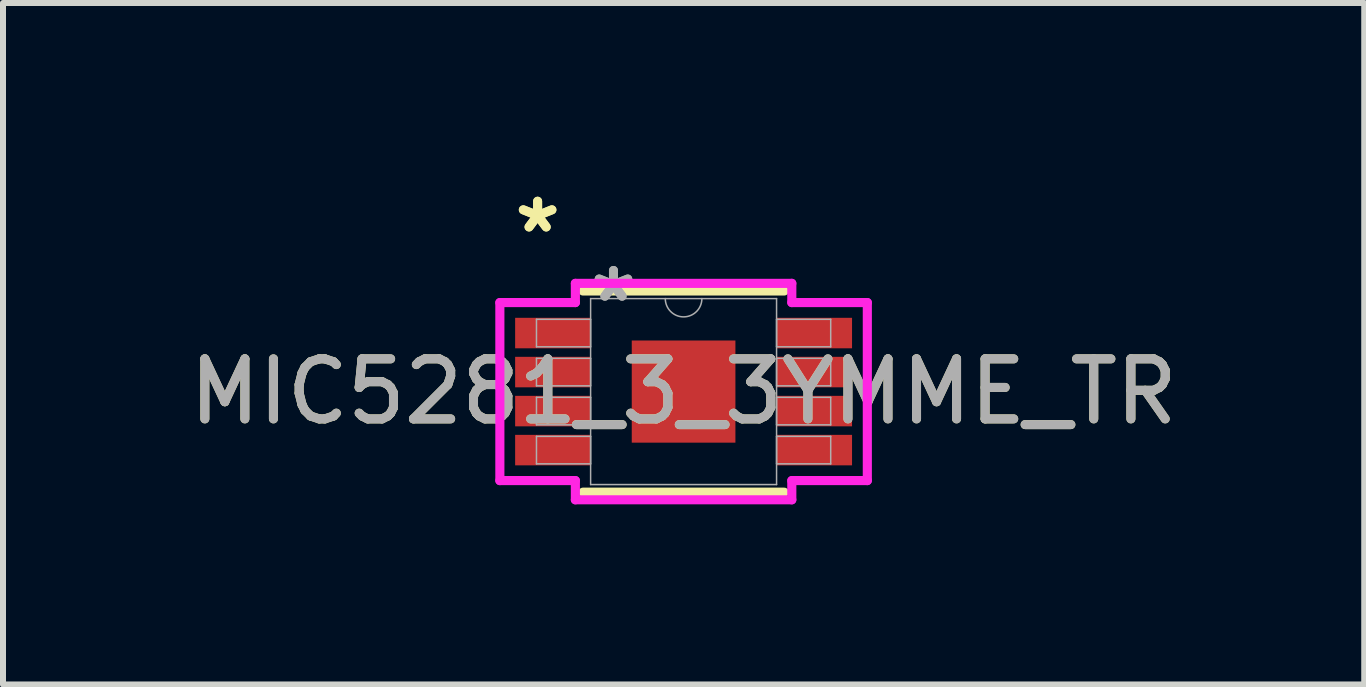
<source format=kicad_pcb>
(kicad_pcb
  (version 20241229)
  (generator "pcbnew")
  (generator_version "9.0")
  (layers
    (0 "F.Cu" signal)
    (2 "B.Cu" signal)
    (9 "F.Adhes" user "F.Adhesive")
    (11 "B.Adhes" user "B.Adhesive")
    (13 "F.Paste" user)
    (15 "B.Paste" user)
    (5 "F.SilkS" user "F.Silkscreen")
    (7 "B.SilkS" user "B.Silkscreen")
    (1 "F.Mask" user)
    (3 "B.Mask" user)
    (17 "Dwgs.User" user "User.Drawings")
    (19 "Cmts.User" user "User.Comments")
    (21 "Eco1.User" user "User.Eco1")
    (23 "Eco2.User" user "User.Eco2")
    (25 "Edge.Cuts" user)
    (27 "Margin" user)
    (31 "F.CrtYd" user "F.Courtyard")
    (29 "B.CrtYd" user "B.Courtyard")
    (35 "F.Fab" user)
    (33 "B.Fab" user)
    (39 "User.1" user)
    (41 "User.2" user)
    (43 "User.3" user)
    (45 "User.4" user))
  (footprint "MIC5281_3_3YMME_TR"
    (layer "F.Cu")
    (at 8.339 3.474)
    (property "Reference" "MIC5281_3_3YMME_TR" (at 0 0 0) (unlocked yes) (layer "F.SilkS") (effects (font (size 1 1) (thickness 0.15))))
    (attr smd)
    (fp_line (start -1.676 1.676) (end 1.676 1.676) (stroke (width 0.152) (type solid)) (layer "F.SilkS"))
    (fp_line (start 1.676 -1.676) (end -1.676 -1.676) (stroke (width 0.152) (type solid)) (layer "F.SilkS"))
    (fp_line (start -3.061 -1.483) (end -1.803 -1.483) (stroke (width 0.152) (type solid)) (layer "F.CrtYd"))
    (fp_line (start -3.061 1.483) (end -3.061 -1.483) (stroke (width 0.152) (type solid)) (layer "F.CrtYd"))
    (fp_line (start -3.061 1.483) (end -1.803 1.483) (stroke (width 0.152) (type solid)) (layer "F.CrtYd"))
    (fp_line (start -1.803 -1.803) (end 1.803 -1.803) (stroke (width 0.152) (type solid)) (layer "F.CrtYd"))
    (fp_line (start -1.803 -1.483) (end -1.803 -1.803) (stroke (width 0.152) (type solid)) (layer "F.CrtYd"))
    (fp_line (start -1.803 1.803) (end -1.803 1.483) (stroke (width 0.152) (type solid)) (layer "F.CrtYd"))
    (fp_line (start 1.803 -1.803) (end 1.803 -1.483) (stroke (width 0.152) (type solid)) (layer "F.CrtYd"))
    (fp_line (start 1.803 1.483) (end 1.803 1.803) (stroke (width 0.152) (type solid)) (layer "F.CrtYd"))
    (fp_line (start 1.803 1.803) (end -1.803 1.803) (stroke (width 0.152) (type solid)) (layer "F.CrtYd"))
    (fp_line (start 3.061 -1.483) (end 1.803 -1.483) (stroke (width 0.152) (type solid)) (layer "F.CrtYd"))
    (fp_line (start 3.061 -1.483) (end 3.061 1.483) (stroke (width 0.152) (type solid)) (layer "F.CrtYd"))
    (fp_line (start 3.061 1.483) (end 1.803 1.483) (stroke (width 0.152) (type solid)) (layer "F.CrtYd"))
    (fp_line (start -2.451 -1.204) (end -2.451 -0.746) (stroke (width 0.025) (type solid)) (layer "F.Fab"))
    (fp_line (start -2.451 -0.746) (end -1.549 -0.746) (stroke (width 0.025) (type solid)) (layer "F.Fab"))
    (fp_line (start -2.451 -0.554) (end -2.451 -0.096) (stroke (width 0.025) (type solid)) (layer "F.Fab"))
    (fp_line (start -2.451 -0.096) (end -1.549 -0.096) (stroke (width 0.025) (type solid)) (layer "F.Fab"))
    (fp_line (start -2.451 0.096) (end -2.451 0.554) (stroke (width 0.025) (type solid)) (layer "F.Fab"))
    (fp_line (start -2.451 0.554) (end -1.549 0.554) (stroke (width 0.025) (type solid)) (layer "F.Fab"))
    (fp_line (start -2.451 0.746) (end -2.451 1.204) (stroke (width 0.025) (type solid)) (layer "F.Fab"))
    (fp_line (start -2.451 1.204) (end -1.549 1.204) (stroke (width 0.025) (type solid)) (layer "F.Fab"))
    (fp_line (start -1.549 -1.549) (end -1.549 1.549) (stroke (width 0.025) (type solid)) (layer "F.Fab"))
    (fp_line (start -1.549 -1.204) (end -2.451 -1.204) (stroke (width 0.025) (type solid)) (layer "F.Fab"))
    (fp_line (start -1.549 -0.746) (end -1.549 -1.204) (stroke (width 0.025) (type solid)) (layer "F.Fab"))
    (fp_line (start -1.549 -0.554) (end -2.451 -0.554) (stroke (width 0.025) (type solid)) (layer "F.Fab"))
    (fp_line (start -1.549 -0.096) (end -1.549 -0.554) (stroke (width 0.025) (type solid)) (layer "F.Fab"))
    (fp_line (start -1.549 0.096) (end -2.451 0.096) (stroke (width 0.025) (type solid)) (layer "F.Fab"))
    (fp_line (start -1.549 0.554) (end -1.549 0.096) (stroke (width 0.025) (type solid)) (layer "F.Fab"))
    (fp_line (start -1.549 0.746) (end -2.451 0.746) (stroke (width 0.025) (type solid)) (layer "F.Fab"))
    (fp_line (start -1.549 1.204) (end -1.549 0.746) (stroke (width 0.025) (type solid)) (layer "F.Fab"))
    (fp_line (start -1.549 1.549) (end 1.549 1.549) (stroke (width 0.025) (type solid)) (layer "F.Fab"))
    (fp_line (start 1.549 -1.549) (end -1.549 -1.549) (stroke (width 0.025) (type solid)) (layer "F.Fab"))
    (fp_line (start 1.549 -1.204) (end 1.549 -0.746) (stroke (width 0.025) (type solid)) (layer "F.Fab"))
    (fp_line (start 1.549 -0.746) (end 2.451 -0.746) (stroke (width 0.025) (type solid)) (layer "F.Fab"))
    (fp_line (start 1.549 -0.554) (end 1.549 -0.096) (stroke (width 0.025) (type solid)) (layer "F.Fab"))
    (fp_line (start 1.549 -0.096) (end 2.451 -0.096) (stroke (width 0.025) (type solid)) (layer "F.Fab"))
    (fp_line (start 1.549 0.096) (end 1.549 0.554) (stroke (width 0.025) (type solid)) (layer "F.Fab"))
    (fp_line (start 1.549 0.554) (end 2.451 0.554) (stroke (width 0.025) (type solid)) (layer "F.Fab"))
    (fp_line (start 1.549 0.746) (end 1.549 1.204) (stroke (width 0.025) (type solid)) (layer "F.Fab"))
    (fp_line (start 1.549 1.204) (end 2.451 1.204) (stroke (width 0.025) (type solid)) (layer "F.Fab"))
    (fp_line (start 1.549 1.549) (end 1.549 -1.549) (stroke (width 0.025) (type solid)) (layer "F.Fab"))
    (fp_line (start 2.451 -1.204) (end 1.549 -1.204) (stroke (width 0.025) (type solid)) (layer "F.Fab"))
    (fp_line (start 2.451 -0.746) (end 2.451 -1.204) (stroke (width 0.025) (type solid)) (layer "F.Fab"))
    (fp_line (start 2.451 -0.554) (end 1.549 -0.554) (stroke (width 0.025) (type solid)) (layer "F.Fab"))
    (fp_line (start 2.451 -0.096) (end 2.451 -0.554) (stroke (width 0.025) (type solid)) (layer "F.Fab"))
    (fp_line (start 2.451 0.096) (end 1.549 0.096) (stroke (width 0.025) (type solid)) (layer "F.Fab"))
    (fp_line (start 2.451 0.554) (end 2.451 0.096) (stroke (width 0.025) (type solid)) (layer "F.Fab"))
    (fp_line (start 2.451 0.746) (end 1.549 0.746) (stroke (width 0.025) (type solid)) (layer "F.Fab"))
    (fp_line (start 2.451 1.204) (end 2.451 0.746) (stroke (width 0.025) (type solid)) (layer "F.Fab"))
    (fp_arc (start 0.3048 -1.5494) (mid 0 -1.2446) (end -0.3048 -1.5494) (stroke (width 0.0254) (type solid)) (layer "F.Fab"))
    (fp_text user "*" (at -2.432 -2.626 0) (layer "F.SilkS") (effects (font (size 1 1) (thickness 0.15))))
    (fp_text user "*" (at -2.432 -2.626 0) (unlocked yes) (layer "F.SilkS") (effects (font (size 1 1) (thickness 0.15))))
    (fp_text user "${REFERENCE}" (at 0 0 0) (unlocked yes) (layer "F.Fab") (effects (font (size 1 1) (thickness 0.15))))
    (fp_text user "*" (at -1.168 -1.473 0) (unlocked yes) (layer "F.Fab") (effects (font (size 1 1) (thickness 0.15))))
    (fp_text user "*" (at -1.168 -1.473 0) (layer "F.Fab") (effects (font (size 1 1) (thickness 0.15))))
    (pad "1" smd rect (at -2.178 -0.975) (size 1.257 0.508) (layers "F.Cu" "F.Mask" "F.Paste"))
    (pad "2" smd rect (at -2.178 -0.325) (size 1.257 0.508) (layers "F.Cu" "F.Mask" "F.Paste"))
    (pad "3" smd rect (at -2.178 0.325) (size 1.257 0.508) (layers "F.Cu" "F.Mask" "F.Paste"))
    (pad "4" smd rect (at -2.178 0.975) (size 1.257 0.508) (layers "F.Cu" "F.Mask" "F.Paste"))
    (pad "5" smd rect (at 2.178 0.975) (size 1.257 0.508) (layers "F.Cu" "F.Mask" "F.Paste"))
    (pad "6" smd rect (at 2.178 0.325) (size 1.257 0.508) (layers "F.Cu" "F.Mask" "F.Paste"))
    (pad "7" smd rect (at 2.178 -0.325) (size 1.257 0.508) (layers "F.Cu" "F.Mask" "F.Paste"))
    (pad "8" smd rect (at 2.178 -0.975) (size 1.257 0.508) (layers "F.Cu" "F.Mask" "F.Paste"))
    (pad "EPAD" smd rect (at 0 0) (size 1.727 1.702) (layers "F.Cu" "F.Mask" "F.Paste")))
  (gr_rect
    (start -3 -3)
    (end 19.679 8.354)
    (stroke (width 0.1) (type default))
    (fill no)
    (layer "Edge.Cuts")))
</source>
